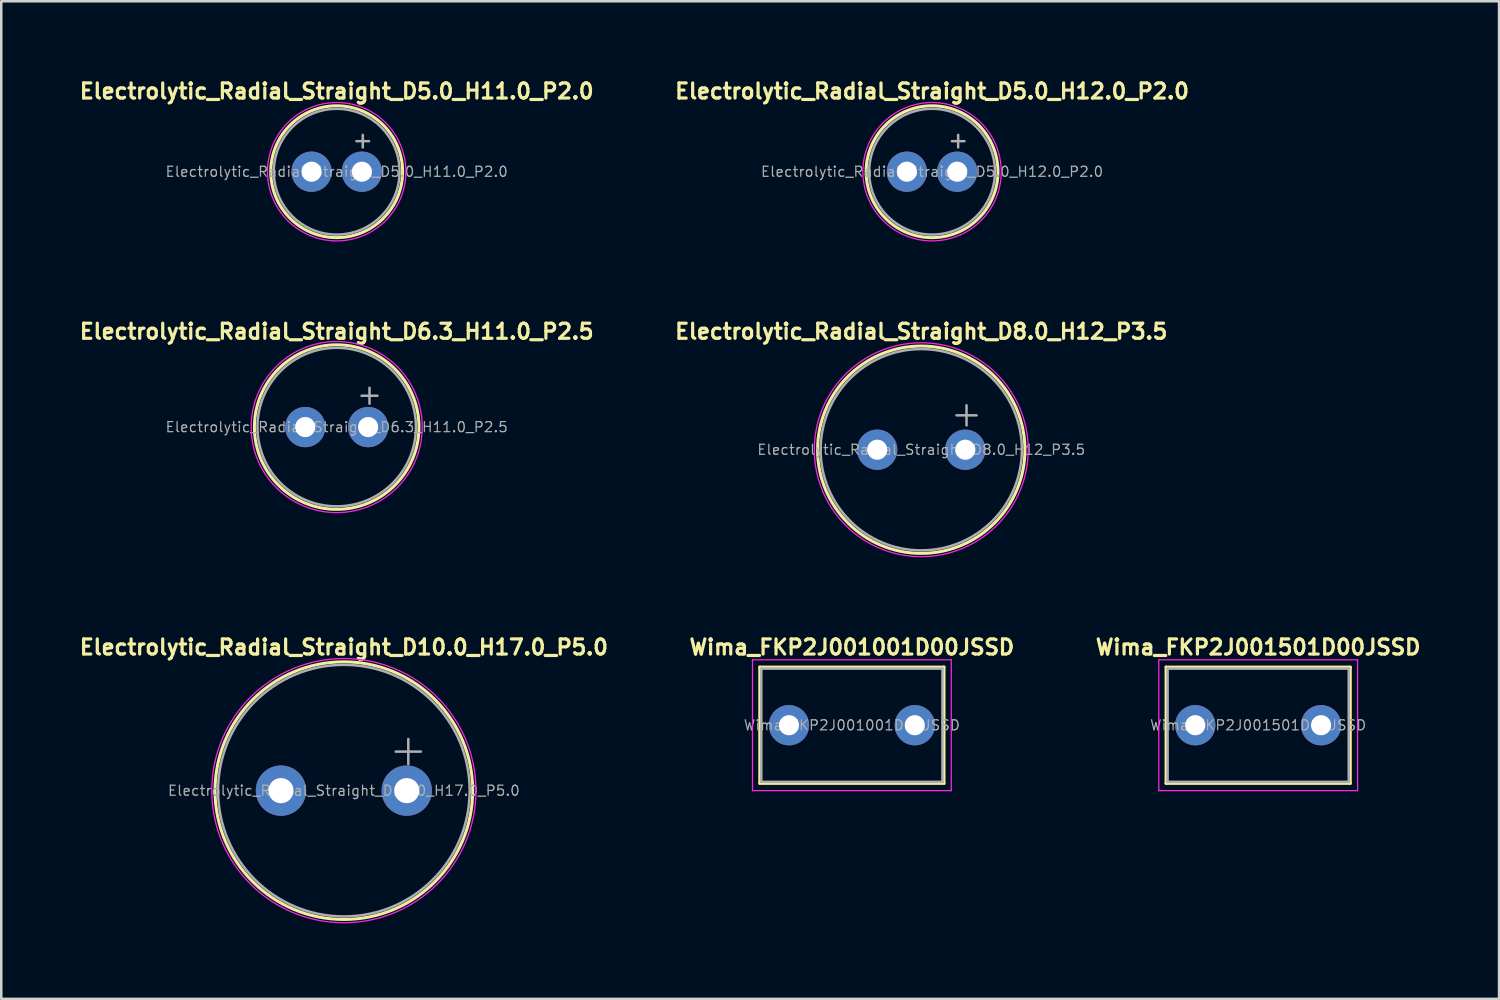
<source format=kicad_pcb>
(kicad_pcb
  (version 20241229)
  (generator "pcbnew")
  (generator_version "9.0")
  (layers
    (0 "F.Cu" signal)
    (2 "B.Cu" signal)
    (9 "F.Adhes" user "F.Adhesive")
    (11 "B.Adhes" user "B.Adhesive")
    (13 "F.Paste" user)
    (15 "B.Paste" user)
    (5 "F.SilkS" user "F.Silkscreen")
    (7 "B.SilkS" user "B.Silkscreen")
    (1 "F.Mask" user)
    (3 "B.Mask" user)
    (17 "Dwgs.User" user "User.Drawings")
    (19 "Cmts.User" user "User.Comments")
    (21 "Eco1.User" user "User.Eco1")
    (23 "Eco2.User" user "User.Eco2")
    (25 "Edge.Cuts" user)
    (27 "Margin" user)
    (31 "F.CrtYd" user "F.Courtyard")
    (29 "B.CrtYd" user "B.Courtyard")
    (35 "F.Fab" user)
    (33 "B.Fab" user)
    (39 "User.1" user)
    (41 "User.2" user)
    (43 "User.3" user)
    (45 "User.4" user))
  (footprint "Electrolytic_Radial_Straight_D8.0_H12_P3.5"
    (layer "F.Cu")
    (at 33.563 14.823)
    (property "Reference" "Electrolytic_Radial_Straight_D8.0_H12_P3.5" (at 0 -4.7 0) (layer "F.SilkS") (effects (font (size 0.6 0.6) (thickness 0.127))))
    (attr through_hole)
    (fp_circle (center 0 0) (end 4.12 0) (stroke (width 0.12) (type solid)) (fill no) (layer "F.SilkS"))
    (fp_circle (center 0 0) (end 4.25 0) (stroke (width 0.05) (type solid)) (fill no) (layer "F.CrtYd"))
    (fp_line (start 1.399 -1.367) (end 2.199 -1.367) (stroke (width 0.1) (type solid)) (layer "F.Fab"))
    (fp_line (start 1.799 -1.766) (end 1.799 -0.967) (stroke (width 0.1) (type solid)) (layer "F.Fab"))
    (fp_circle (center 0 0) (end 4 0) (stroke (width 0.1) (type solid)) (fill no) (layer "F.Fab"))
    (fp_text user "${REFERENCE}" (at 0 0 0) (layer "F.Fab") (effects (font (size 0.4 0.4) (thickness 0.05))))
    (pad "1" thru_hole circle (at 1.75 0) (size 1.6 1.6) (drill 0.8) (layers "*.Cu" "*.Mask"))
    (pad "2" thru_hole circle (at -1.75 0) (size 1.6 1.6) (drill 0.8) (layers "*.Cu" "*.Mask")))
  (footprint "Wima_FKP2J001001D00JSSD"
    (layer "F.Cu")
    (at 30.806 25.772)
    (property "Reference" "Wima_FKP2J001001D00JSSD" (at 0 -3.1 0) (layer "F.SilkS") (effects (font (size 0.6 0.6) (thickness 0.127))))
    (attr through_hole)
    (fp_line (start -3.66 -2.31) (end -3.66 2.31) (stroke (width 0.12) (type solid)) (layer "F.SilkS"))
    (fp_line (start -3.66 -2.31) (end 3.66 -2.31) (stroke (width 0.12) (type solid)) (layer "F.SilkS"))
    (fp_line (start -3.66 2.31) (end 3.66 2.31) (stroke (width 0.12) (type solid)) (layer "F.SilkS"))
    (fp_line (start 3.66 -2.31) (end 3.66 2.31) (stroke (width 0.12) (type solid)) (layer "F.SilkS"))
    (fp_line (start -3.95 -2.6) (end -3.95 2.6) (stroke (width 0.05) (type solid)) (layer "F.CrtYd"))
    (fp_line (start -3.95 2.6) (end 3.95 2.6) (stroke (width 0.05) (type solid)) (layer "F.CrtYd"))
    (fp_line (start 3.95 -2.6) (end -3.95 -2.6) (stroke (width 0.05) (type solid)) (layer "F.CrtYd"))
    (fp_line (start 3.95 2.6) (end 3.95 -2.6) (stroke (width 0.05) (type solid)) (layer "F.CrtYd"))
    (fp_line (start -3.6 -2.25) (end -3.6 2.25) (stroke (width 0.1) (type solid)) (layer "F.Fab"))
    (fp_line (start -3.6 2.25) (end 3.6 2.25) (stroke (width 0.1) (type solid)) (layer "F.Fab"))
    (fp_line (start 3.6 -2.25) (end -3.6 -2.25) (stroke (width 0.1) (type solid)) (layer "F.Fab"))
    (fp_line (start 3.6 2.25) (end 3.6 -2.25) (stroke (width 0.1) (type solid)) (layer "F.Fab"))
    (fp_text user "${REFERENCE}" (at 0 0 0) (layer "F.Fab") (effects (font (size 0.4 0.4) (thickness 0.05))))
    (pad "1" thru_hole circle (at -2.5 0) (size 1.6 1.6) (drill 0.8) (layers "*.Cu" "*.Mask"))
    (pad "2" thru_hole circle (at 2.5 0) (size 1.6 1.6) (drill 0.8) (layers "*.Cu" "*.Mask")))
  (footprint "Electrolytic_Radial_Straight_D6.3_H11.0_P2.5"
    (layer "F.Cu")
    (at 10.331 13.923)
    (property "Reference" "Electrolytic_Radial_Straight_D6.3_H11.0_P2.5" (at 0 -3.8 0) (layer "F.SilkS") (effects (font (size 0.6 0.6) (thickness 0.127))))
    (attr through_hole)
    (fp_circle (center 0 0) (end 3.27 0) (stroke (width 0.12) (type solid)) (fill no) (layer "F.SilkS"))
    (fp_circle (center 0 0) (end 3.4 0) (stroke (width 0.05) (type solid)) (fill no) (layer "F.CrtYd"))
    (fp_line (start 0.989 -1.246) (end 1.619 -1.246) (stroke (width 0.1) (type solid)) (layer "F.Fab"))
    (fp_line (start 1.304 -1.562) (end 1.304 -0.931) (stroke (width 0.1) (type solid)) (layer "F.Fab"))
    (fp_circle (center 0 0) (end 3.15 0) (stroke (width 0.1) (type solid)) (fill no) (layer "F.Fab"))
    (fp_text user "${REFERENCE}" (at 0 0 0) (layer "F.Fab") (effects (font (size 0.4 0.4) (thickness 0.05))))
    (pad "1" thru_hole circle (at 1.25 0) (size 1.6 1.6) (drill 0.8) (layers "*.Cu" "*.Mask"))
    (pad "2" thru_hole circle (at -1.25 0) (size 1.6 1.6) (drill 0.8) (layers "*.Cu" "*.Mask")))
  (footprint "Wima_FKP2J001501D00JSSD"
    (layer "F.Cu")
    (at 46.953 25.772)
    (property "Reference" "Wima_FKP2J001501D00JSSD" (at 0 -3.1 0) (layer "F.SilkS") (effects (font (size 0.6 0.6) (thickness 0.127))))
    (attr through_hole)
    (fp_line (start -3.66 -2.31) (end -3.66 2.31) (stroke (width 0.12) (type solid)) (layer "F.SilkS"))
    (fp_line (start -3.66 -2.31) (end 3.66 -2.31) (stroke (width 0.12) (type solid)) (layer "F.SilkS"))
    (fp_line (start -3.66 2.31) (end 3.66 2.31) (stroke (width 0.12) (type solid)) (layer "F.SilkS"))
    (fp_line (start 3.66 -2.31) (end 3.66 2.31) (stroke (width 0.12) (type solid)) (layer "F.SilkS"))
    (fp_line (start -3.95 -2.6) (end -3.95 2.6) (stroke (width 0.05) (type solid)) (layer "F.CrtYd"))
    (fp_line (start -3.95 2.6) (end 3.95 2.6) (stroke (width 0.05) (type solid)) (layer "F.CrtYd"))
    (fp_line (start 3.95 -2.6) (end -3.95 -2.6) (stroke (width 0.05) (type solid)) (layer "F.CrtYd"))
    (fp_line (start 3.95 2.6) (end 3.95 -2.6) (stroke (width 0.05) (type solid)) (layer "F.CrtYd"))
    (fp_line (start -3.6 -2.25) (end -3.6 2.25) (stroke (width 0.1) (type solid)) (layer "F.Fab"))
    (fp_line (start -3.6 2.25) (end 3.6 2.25) (stroke (width 0.1) (type solid)) (layer "F.Fab"))
    (fp_line (start 3.6 -2.25) (end -3.6 -2.25) (stroke (width 0.1) (type solid)) (layer "F.Fab"))
    (fp_line (start 3.6 2.25) (end 3.6 -2.25) (stroke (width 0.1) (type solid)) (layer "F.Fab"))
    (fp_text user "${REFERENCE}" (at 0 0 0) (layer "F.Fab") (effects (font (size 0.4 0.4) (thickness 0.05))))
    (pad "1" thru_hole circle (at -2.5 0) (size 1.6 1.6) (drill 0.8) (layers "*.Cu" "*.Mask"))
    (pad "2" thru_hole circle (at 2.5 0) (size 1.6 1.6) (drill 0.8) (layers "*.Cu" "*.Mask")))
  (footprint "Electrolytic_Radial_Straight_D5.0_H11.0_P2.0"
    (layer "F.Cu")
    (at 10.331 3.774)
    (property "Reference" "Electrolytic_Radial_Straight_D5.0_H11.0_P2.0" (at 0 -3.2 0) (layer "F.SilkS") (effects (font (size 0.6 0.6) (thickness 0.127))))
    (attr through_hole)
    (fp_circle (center 0 0) (end 2.62 0) (stroke (width 0.12) (type solid)) (fill no) (layer "F.SilkS"))
    (fp_circle (center 0 0) (end 2.75 0) (stroke (width 0.05) (type solid)) (fill no) (layer "F.CrtYd"))
    (fp_line (start 0.787 -1.214) (end 1.287 -1.214) (stroke (width 0.1) (type solid)) (layer "F.Fab"))
    (fp_line (start 1.037 -1.464) (end 1.037 -0.965) (stroke (width 0.1) (type solid)) (layer "F.Fab"))
    (fp_circle (center 0 0) (end 2.5 0) (stroke (width 0.1) (type solid)) (fill no) (layer "F.Fab"))
    (fp_text user "${REFERENCE}" (at 0 0 0) (layer "F.Fab") (effects (font (size 0.4 0.4) (thickness 0.05))))
    (pad "1" thru_hole circle (at 1 0) (size 1.6 1.6) (drill 0.8) (layers "*.Cu" "*.Mask"))
    (pad "2" thru_hole circle (at -1 0) (size 1.6 1.6) (drill 0.8) (layers "*.Cu" "*.Mask")))
  (footprint "Electrolytic_Radial_Straight_D10.0_H17.0_P5.0"
    (layer "F.Cu")
    (at 10.616 28.372)
    (property "Reference" "Electrolytic_Radial_Straight_D10.0_H17.0_P5.0" (at 0 -5.7 0) (layer "F.SilkS") (effects (font (size 0.6 0.6) (thickness 0.127))))
    (attr through_hole)
    (fp_circle (center 0 0) (end 5.12 0) (stroke (width 0.12) (type solid)) (fill no) (layer "F.SilkS"))
    (fp_circle (center 0 0) (end 5.25 0) (stroke (width 0.05) (type solid)) (fill no) (layer "F.CrtYd"))
    (fp_line (start 2.061 -1.552) (end 3.061 -1.552) (stroke (width 0.1) (type solid)) (layer "F.Fab"))
    (fp_line (start 2.561 -2.053) (end 2.561 -1.052) (stroke (width 0.1) (type solid)) (layer "F.Fab"))
    (fp_circle (center 0 0) (end 5 0) (stroke (width 0.1) (type solid)) (fill no) (layer "F.Fab"))
    (fp_text user "${REFERENCE}" (at 0 0 0) (layer "F.Fab") (effects (font (size 0.4 0.4) (thickness 0.05))))
    (pad "1" thru_hole circle (at 2.5 0) (size 2 2) (drill 1) (layers "*.Cu" "*.Mask"))
    (pad "2" thru_hole circle (at -2.5 0) (size 2 2) (drill 1) (layers "*.Cu" "*.Mask")))
  (footprint "Electrolytic_Radial_Straight_D5.0_H12.0_P2.0"
    (layer "F.Cu")
    (at 33.992 3.774)
    (property "Reference" "Electrolytic_Radial_Straight_D5.0_H12.0_P2.0" (at 0 -3.2 0) (layer "F.SilkS") (effects (font (size 0.6 0.6) (thickness 0.127))))
    (attr through_hole)
    (fp_circle (center 0 0) (end 2.62 0) (stroke (width 0.12) (type solid)) (fill no) (layer "F.SilkS"))
    (fp_circle (center 0 0) (end 2.75 0) (stroke (width 0.05) (type solid)) (fill no) (layer "F.CrtYd"))
    (fp_line (start 0.787 -1.214) (end 1.287 -1.214) (stroke (width 0.1) (type solid)) (layer "F.Fab"))
    (fp_line (start 1.037 -1.464) (end 1.037 -0.965) (stroke (width 0.1) (type solid)) (layer "F.Fab"))
    (fp_circle (center 0 0) (end 2.5 0) (stroke (width 0.1) (type solid)) (fill no) (layer "F.Fab"))
    (fp_text user "${REFERENCE}" (at 0 0 0) (layer "F.Fab") (effects (font (size 0.4 0.4) (thickness 0.05))))
    (pad "1" thru_hole circle (at 1 0) (size 1.6 1.6) (drill 0.8) (layers "*.Cu" "*.Mask"))
    (pad "2" thru_hole circle (at -1 0) (size 1.6 1.6) (drill 0.8) (layers "*.Cu" "*.Mask")))
  (gr_rect
    (start -3 -3)
    (end 56.526 36.647)
    (stroke (width 0.1) (type default))
    (fill no)
    (layer "Edge.Cuts")))
</source>
